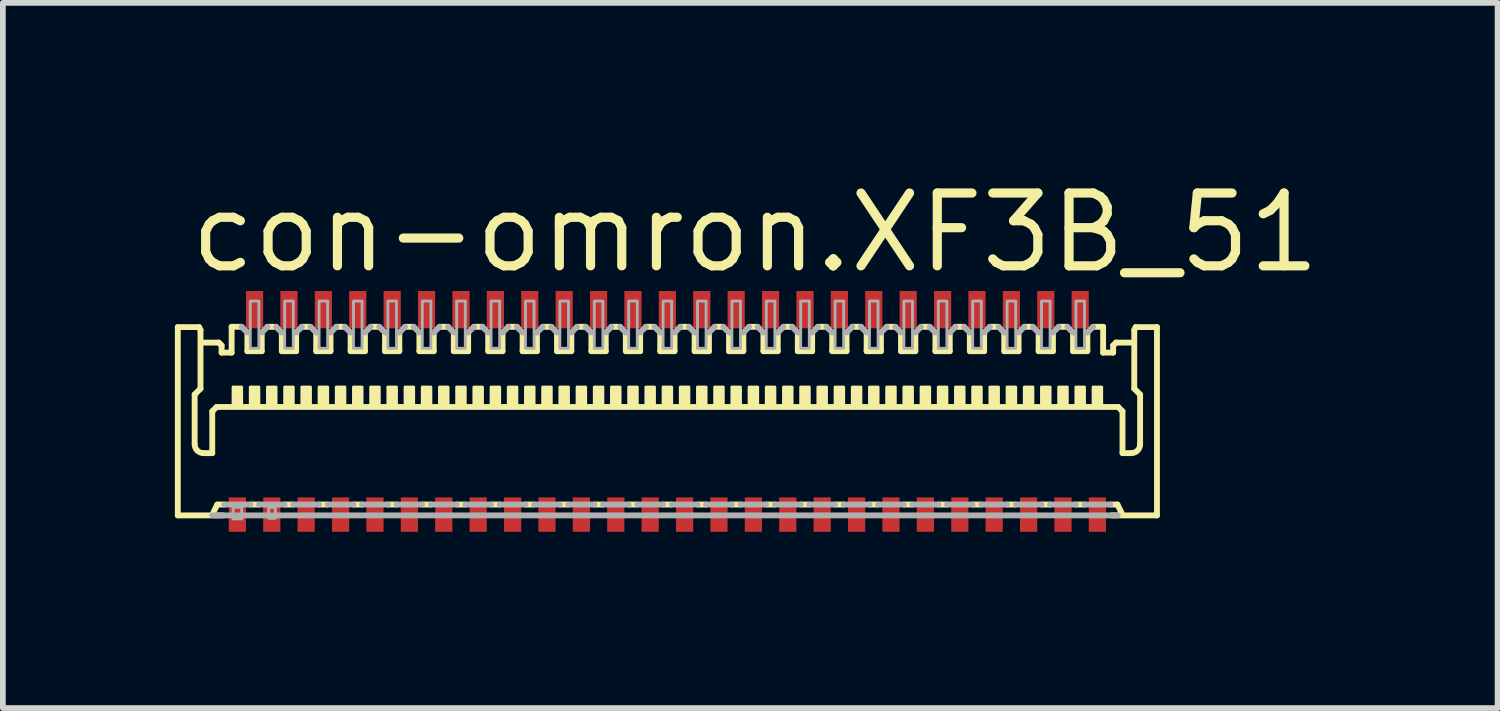
<source format=kicad_pcb>
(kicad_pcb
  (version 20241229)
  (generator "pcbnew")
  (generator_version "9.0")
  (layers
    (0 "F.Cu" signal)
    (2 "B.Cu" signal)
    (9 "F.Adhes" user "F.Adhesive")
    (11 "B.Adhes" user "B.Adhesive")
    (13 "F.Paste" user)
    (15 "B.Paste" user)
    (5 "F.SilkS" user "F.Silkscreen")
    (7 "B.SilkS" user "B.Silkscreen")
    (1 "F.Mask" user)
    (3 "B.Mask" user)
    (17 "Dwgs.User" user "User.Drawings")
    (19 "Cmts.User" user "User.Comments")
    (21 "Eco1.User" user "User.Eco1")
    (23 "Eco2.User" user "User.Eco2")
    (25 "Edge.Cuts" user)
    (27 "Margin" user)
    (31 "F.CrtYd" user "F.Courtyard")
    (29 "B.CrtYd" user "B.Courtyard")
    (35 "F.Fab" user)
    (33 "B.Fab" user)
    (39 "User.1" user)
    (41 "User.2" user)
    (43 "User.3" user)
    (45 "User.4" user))
  (footprint "con-omron.XF3B_51"
    (layer "F.Cu")
    (at 8.59 4.15)
    (property "Reference" "con-omron.XF3B_51" (at -8.4 -2.4 0) (layer "F.SilkS") (effects (font (size 1.27 1.27) (thickness 0.16)) (justify left bottom)))
    (attr smd)
    (fp_rect (start -7.7 2.125) (end -7.3 1.425) (stroke (width 0.05) (type default)) (fill yes) (layer "F.Mask"))
    (fp_rect (start -7.4 -1.425) (end -7 -2.175) (stroke (width 0.05) (type default)) (fill yes) (layer "F.Mask"))
    (fp_rect (start -7.1 2.125) (end -6.7 1.425) (stroke (width 0.05) (type default)) (fill yes) (layer "F.Mask"))
    (fp_rect (start -6.8 -1.425) (end -6.4 -2.175) (stroke (width 0.05) (type default)) (fill yes) (layer "F.Mask"))
    (fp_rect (start -6.5 2.125) (end -6.1 1.425) (stroke (width 0.05) (type default)) (fill yes) (layer "F.Mask"))
    (fp_rect (start -6.2 -1.425) (end -5.8 -2.175) (stroke (width 0.05) (type default)) (fill yes) (layer "F.Mask"))
    (fp_rect (start -5.9 2.125) (end -5.5 1.425) (stroke (width 0.05) (type default)) (fill yes) (layer "F.Mask"))
    (fp_rect (start -5.6 -1.425) (end -5.2 -2.175) (stroke (width 0.05) (type default)) (fill yes) (layer "F.Mask"))
    (fp_rect (start -5.3 2.125) (end -4.9 1.425) (stroke (width 0.05) (type default)) (fill yes) (layer "F.Mask"))
    (fp_rect (start -5 -1.425) (end -4.6 -2.175) (stroke (width 0.05) (type default)) (fill yes) (layer "F.Mask"))
    (fp_rect (start -4.7 2.125) (end -4.3 1.425) (stroke (width 0.05) (type default)) (fill yes) (layer "F.Mask"))
    (fp_rect (start -4.4 -1.425) (end -4 -2.175) (stroke (width 0.05) (type default)) (fill yes) (layer "F.Mask"))
    (fp_rect (start -4.1 2.125) (end -3.7 1.425) (stroke (width 0.05) (type default)) (fill yes) (layer "F.Mask"))
    (fp_rect (start -3.8 -1.425) (end -3.4 -2.175) (stroke (width 0.05) (type default)) (fill yes) (layer "F.Mask"))
    (fp_rect (start -3.5 2.125) (end -3.1 1.425) (stroke (width 0.05) (type default)) (fill yes) (layer "F.Mask"))
    (fp_rect (start -3.2 -1.425) (end -2.8 -2.175) (stroke (width 0.05) (type default)) (fill yes) (layer "F.Mask"))
    (fp_rect (start -2.9 2.125) (end -2.5 1.425) (stroke (width 0.05) (type default)) (fill yes) (layer "F.Mask"))
    (fp_rect (start -2.6 -1.425) (end -2.2 -2.175) (stroke (width 0.05) (type default)) (fill yes) (layer "F.Mask"))
    (fp_rect (start -2.3 2.125) (end -1.9 1.425) (stroke (width 0.05) (type default)) (fill yes) (layer "F.Mask"))
    (fp_rect (start -2 -1.425) (end -1.6 -2.175) (stroke (width 0.05) (type default)) (fill yes) (layer "F.Mask"))
    (fp_rect (start -1.7 2.125) (end -1.3 1.425) (stroke (width 0.05) (type default)) (fill yes) (layer "F.Mask"))
    (fp_rect (start -1.4 -1.425) (end -1 -2.175) (stroke (width 0.05) (type default)) (fill yes) (layer "F.Mask"))
    (fp_rect (start -1.1 2.125) (end -0.7 1.425) (stroke (width 0.05) (type default)) (fill yes) (layer "F.Mask"))
    (fp_rect (start -0.8 -1.425) (end -0.4 -2.175) (stroke (width 0.05) (type default)) (fill yes) (layer "F.Mask"))
    (fp_rect (start -0.5 2.125) (end -0.1 1.425) (stroke (width 0.05) (type default)) (fill yes) (layer "F.Mask"))
    (fp_rect (start -0.2 -1.425) (end 0.2 -2.175) (stroke (width 0.05) (type default)) (fill yes) (layer "F.Mask"))
    (fp_rect (start 0.1 2.125) (end 0.5 1.425) (stroke (width 0.05) (type default)) (fill yes) (layer "F.Mask"))
    (fp_rect (start 0.4 -1.425) (end 0.8 -2.175) (stroke (width 0.05) (type default)) (fill yes) (layer "F.Mask"))
    (fp_rect (start 0.7 2.125) (end 1.1 1.425) (stroke (width 0.05) (type default)) (fill yes) (layer "F.Mask"))
    (fp_rect (start 1 -1.425) (end 1.4 -2.175) (stroke (width 0.05) (type default)) (fill yes) (layer "F.Mask"))
    (fp_rect (start 1.3 2.125) (end 1.7 1.425) (stroke (width 0.05) (type default)) (fill yes) (layer "F.Mask"))
    (fp_rect (start 1.6 -1.425) (end 2 -2.175) (stroke (width 0.05) (type default)) (fill yes) (layer "F.Mask"))
    (fp_rect (start 1.9 2.125) (end 2.3 1.425) (stroke (width 0.05) (type default)) (fill yes) (layer "F.Mask"))
    (fp_rect (start 2.2 -1.425) (end 2.6 -2.175) (stroke (width 0.05) (type default)) (fill yes) (layer "F.Mask"))
    (fp_rect (start 2.5 2.125) (end 2.9 1.425) (stroke (width 0.05) (type default)) (fill yes) (layer "F.Mask"))
    (fp_rect (start 2.8 -1.425) (end 3.2 -2.175) (stroke (width 0.05) (type default)) (fill yes) (layer "F.Mask"))
    (fp_rect (start 3.1 2.125) (end 3.5 1.425) (stroke (width 0.05) (type default)) (fill yes) (layer "F.Mask"))
    (fp_rect (start 3.4 -1.425) (end 3.8 -2.175) (stroke (width 0.05) (type default)) (fill yes) (layer "F.Mask"))
    (fp_rect (start 3.7 2.125) (end 4.1 1.425) (stroke (width 0.05) (type default)) (fill yes) (layer "F.Mask"))
    (fp_rect (start 4 -1.425) (end 4.4 -2.175) (stroke (width 0.05) (type default)) (fill yes) (layer "F.Mask"))
    (fp_rect (start 4.3 2.125) (end 4.7 1.425) (stroke (width 0.05) (type default)) (fill yes) (layer "F.Mask"))
    (fp_rect (start 4.6 -1.425) (end 5 -2.175) (stroke (width 0.05) (type default)) (fill yes) (layer "F.Mask"))
    (fp_rect (start 4.9 2.125) (end 5.3 1.425) (stroke (width 0.05) (type default)) (fill yes) (layer "F.Mask"))
    (fp_rect (start 5.2 -1.425) (end 5.6 -2.175) (stroke (width 0.05) (type default)) (fill yes) (layer "F.Mask"))
    (fp_rect (start 5.5 2.125) (end 5.9 1.425) (stroke (width 0.05) (type default)) (fill yes) (layer "F.Mask"))
    (fp_rect (start 5.8 -1.425) (end 6.2 -2.175) (stroke (width 0.05) (type default)) (fill yes) (layer "F.Mask"))
    (fp_rect (start 6.1 2.125) (end 6.5 1.425) (stroke (width 0.05) (type default)) (fill yes) (layer "F.Mask"))
    (fp_rect (start 6.4 -1.425) (end 6.8 -2.175) (stroke (width 0.05) (type default)) (fill yes) (layer "F.Mask"))
    (fp_rect (start 6.7 2.125) (end 7.1 1.425) (stroke (width 0.05) (type default)) (fill yes) (layer "F.Mask"))
    (fp_rect (start 7 -1.425) (end 7.4 -2.175) (stroke (width 0.05) (type default)) (fill yes) (layer "F.Mask"))
    (fp_rect (start 7.3 2.125) (end 7.7 1.425) (stroke (width 0.05) (type default)) (fill yes) (layer "F.Mask"))
    (fp_line (start -8.539 -1.495) (end -8.168 -1.495) (stroke (width 0.102) (type default)) (layer "F.SilkS"))
    (fp_line (start -8.539 1.789) (end -8.539 -1.495) (stroke (width 0.102) (type default)) (layer "F.SilkS"))
    (fp_line (start -8.245 -0.319) (end -8.245 0.549) (stroke (width 0.102) (type default)) (layer "F.SilkS"))
    (fp_line (start -8.168 -1.495) (end -8.143 -1.444) (stroke (width 0.102) (type default)) (layer "F.SilkS"))
    (fp_line (start -8.143 -1.444) (end -8.143 -0.422) (stroke (width 0.102) (type default)) (layer "F.SilkS"))
    (fp_line (start -8.143 -0.422) (end -8.245 -0.319) (stroke (width 0.102) (type default)) (layer "F.SilkS"))
    (fp_line (start -8.092 0.703) (end -7.938 0.703) (stroke (width 0.102) (type default)) (layer "F.SilkS"))
    (fp_line (start -8.075 -1.225) (end -7.825 -1.225) (stroke (width 0.102) (type default)) (layer "F.SilkS"))
    (fp_line (start -7.938 -0.026) (end -7.862 -0.102) (stroke (width 0.102) (type default)) (layer "F.SilkS"))
    (fp_line (start -7.938 0.703) (end -7.938 -0.026) (stroke (width 0.102) (type default)) (layer "F.SilkS"))
    (fp_line (start -7.925 1.751) (end -7.85 1.6) (stroke (width 0.102) (type default)) (layer "F.SilkS"))
    (fp_line (start -7.85 1.6) (end -7.725 1.6) (stroke (width 0.102) (type default)) (layer "F.SilkS"))
    (fp_line (start -7.825 -1.225) (end -7.775 -1.175) (stroke (width 0.102) (type default)) (layer "F.SilkS"))
    (fp_line (start -7.775 -1.175) (end -7.775 -1.05) (stroke (width 0.102) (type default)) (layer "F.SilkS"))
    (fp_line (start -7.775 -1.05) (end -7.6 -1.05) (stroke (width 0.102) (type default)) (layer "F.SilkS"))
    (fp_line (start -7.747 1.789) (end -8.539 1.789) (stroke (width 0.102) (type default)) (layer "F.SilkS"))
    (fp_line (start -7.6 -1.5) (end -7.425 -1.5) (stroke (width 0.102) (type default)) (layer "F.SilkS"))
    (fp_line (start -7.6 -1.05) (end -7.6 -1.5) (stroke (width 0.102) (type default)) (layer "F.SilkS"))
    (fp_line (start -7.325 -1.4) (end -7.325 -1.075) (stroke (width 0.102) (type default)) (layer "F.SilkS"))
    (fp_line (start -7.325 -1.075) (end -7.075 -1.075) (stroke (width 0.102) (type default)) (layer "F.SilkS"))
    (fp_line (start -7.275 1.6) (end -7.125 1.6) (stroke (width 0.102) (type default)) (layer "F.SilkS"))
    (fp_line (start -7.075 -1.075) (end -7.075 -1.4) (stroke (width 0.102) (type default)) (layer "F.SilkS"))
    (fp_line (start -6.975 -1.5) (end -6.825 -1.5) (stroke (width 0.102) (type default)) (layer "F.SilkS"))
    (fp_line (start -6.725 -1.4) (end -6.725 -1.075) (stroke (width 0.102) (type default)) (layer "F.SilkS"))
    (fp_line (start -6.725 -1.075) (end -6.475 -1.075) (stroke (width 0.102) (type default)) (layer "F.SilkS"))
    (fp_line (start -6.675 1.6) (end -6.525 1.6) (stroke (width 0.102) (type default)) (layer "F.SilkS"))
    (fp_line (start -6.475 -1.075) (end -6.475 -1.4) (stroke (width 0.102) (type default)) (layer "F.SilkS"))
    (fp_line (start -6.375 -1.5) (end -6.225 -1.5) (stroke (width 0.102) (type default)) (layer "F.SilkS"))
    (fp_line (start -6.125 -1.4) (end -6.125 -1.075) (stroke (width 0.102) (type default)) (layer "F.SilkS"))
    (fp_line (start -6.125 -1.075) (end -5.875 -1.075) (stroke (width 0.102) (type default)) (layer "F.SilkS"))
    (fp_line (start -6.075 1.6) (end -5.925 1.6) (stroke (width 0.102) (type default)) (layer "F.SilkS"))
    (fp_line (start -5.875 -1.075) (end -5.875 -1.4) (stroke (width 0.102) (type default)) (layer "F.SilkS"))
    (fp_line (start -5.775 -1.5) (end -5.625 -1.5) (stroke (width 0.102) (type default)) (layer "F.SilkS"))
    (fp_line (start -5.525 -1.4) (end -5.525 -1.075) (stroke (width 0.102) (type default)) (layer "F.SilkS"))
    (fp_line (start -5.525 -1.075) (end -5.275 -1.075) (stroke (width 0.102) (type default)) (layer "F.SilkS"))
    (fp_line (start -5.475 1.6) (end -5.325 1.6) (stroke (width 0.102) (type default)) (layer "F.SilkS"))
    (fp_line (start -5.275 -1.075) (end -5.275 -1.4) (stroke (width 0.102) (type default)) (layer "F.SilkS"))
    (fp_line (start -5.175 -1.5) (end -5.025 -1.5) (stroke (width 0.102) (type default)) (layer "F.SilkS"))
    (fp_line (start -4.925 -1.4) (end -4.925 -1.075) (stroke (width 0.102) (type default)) (layer "F.SilkS"))
    (fp_line (start -4.925 -1.075) (end -4.675 -1.075) (stroke (width 0.102) (type default)) (layer "F.SilkS"))
    (fp_line (start -4.875 1.6) (end -4.725 1.6) (stroke (width 0.102) (type default)) (layer "F.SilkS"))
    (fp_line (start -4.675 -1.075) (end -4.675 -1.4) (stroke (width 0.102) (type default)) (layer "F.SilkS"))
    (fp_line (start -4.575 -1.5) (end -4.425 -1.5) (stroke (width 0.102) (type default)) (layer "F.SilkS"))
    (fp_line (start -4.325 -1.4) (end -4.325 -1.075) (stroke (width 0.102) (type default)) (layer "F.SilkS"))
    (fp_line (start -4.325 -1.075) (end -4.075 -1.075) (stroke (width 0.102) (type default)) (layer "F.SilkS"))
    (fp_line (start -4.275 1.6) (end -4.125 1.6) (stroke (width 0.102) (type default)) (layer "F.SilkS"))
    (fp_line (start -4.075 -1.075) (end -4.075 -1.4) (stroke (width 0.102) (type default)) (layer "F.SilkS"))
    (fp_line (start -3.975 -1.5) (end -3.825 -1.5) (stroke (width 0.102) (type default)) (layer "F.SilkS"))
    (fp_line (start -3.725 -1.4) (end -3.725 -1.075) (stroke (width 0.102) (type default)) (layer "F.SilkS"))
    (fp_line (start -3.725 -1.075) (end -3.475 -1.075) (stroke (width 0.102) (type default)) (layer "F.SilkS"))
    (fp_line (start -3.675 1.6) (end -3.525 1.6) (stroke (width 0.102) (type default)) (layer "F.SilkS"))
    (fp_line (start -3.475 -1.075) (end -3.475 -1.4) (stroke (width 0.102) (type default)) (layer "F.SilkS"))
    (fp_line (start -3.375 -1.5) (end -3.225 -1.5) (stroke (width 0.102) (type default)) (layer "F.SilkS"))
    (fp_line (start -3.125 -1.4) (end -3.125 -1.075) (stroke (width 0.102) (type default)) (layer "F.SilkS"))
    (fp_line (start -3.125 -1.075) (end -2.875 -1.075) (stroke (width 0.102) (type default)) (layer "F.SilkS"))
    (fp_line (start -3.075 1.6) (end -2.925 1.6) (stroke (width 0.102) (type default)) (layer "F.SilkS"))
    (fp_line (start -2.875 -1.075) (end -2.875 -1.4) (stroke (width 0.102) (type default)) (layer "F.SilkS"))
    (fp_line (start -2.775 -1.5) (end -2.625 -1.5) (stroke (width 0.102) (type default)) (layer "F.SilkS"))
    (fp_line (start -2.525 -1.4) (end -2.525 -1.075) (stroke (width 0.102) (type default)) (layer "F.SilkS"))
    (fp_line (start -2.525 -1.075) (end -2.275 -1.075) (stroke (width 0.102) (type default)) (layer "F.SilkS"))
    (fp_line (start -2.475 1.6) (end -2.325 1.6) (stroke (width 0.102) (type default)) (layer "F.SilkS"))
    (fp_line (start -2.275 -1.075) (end -2.275 -1.4) (stroke (width 0.102) (type default)) (layer "F.SilkS"))
    (fp_line (start -2.175 -1.5) (end -2.025 -1.5) (stroke (width 0.102) (type default)) (layer "F.SilkS"))
    (fp_line (start -1.925 -1.4) (end -1.925 -1.075) (stroke (width 0.102) (type default)) (layer "F.SilkS"))
    (fp_line (start -1.925 -1.075) (end -1.675 -1.075) (stroke (width 0.102) (type default)) (layer "F.SilkS"))
    (fp_line (start -1.875 1.6) (end -1.725 1.6) (stroke (width 0.102) (type default)) (layer "F.SilkS"))
    (fp_line (start -1.675 -1.075) (end -1.675 -1.4) (stroke (width 0.102) (type default)) (layer "F.SilkS"))
    (fp_line (start -1.575 -1.5) (end -1.425 -1.5) (stroke (width 0.102) (type default)) (layer "F.SilkS"))
    (fp_line (start -1.325 -1.4) (end -1.325 -1.075) (stroke (width 0.102) (type default)) (layer "F.SilkS"))
    (fp_line (start -1.325 -1.075) (end -1.075 -1.075) (stroke (width 0.102) (type default)) (layer "F.SilkS"))
    (fp_line (start -1.275 1.6) (end -1.125 1.6) (stroke (width 0.102) (type default)) (layer "F.SilkS"))
    (fp_line (start -1.075 -1.075) (end -1.075 -1.4) (stroke (width 0.102) (type default)) (layer "F.SilkS"))
    (fp_line (start -0.975 -1.5) (end -0.825 -1.5) (stroke (width 0.102) (type default)) (layer "F.SilkS"))
    (fp_line (start -0.725 -1.4) (end -0.725 -1.075) (stroke (width 0.102) (type default)) (layer "F.SilkS"))
    (fp_line (start -0.725 -1.075) (end -0.475 -1.075) (stroke (width 0.102) (type default)) (layer "F.SilkS"))
    (fp_line (start -0.675 1.6) (end -0.525 1.6) (stroke (width 0.102) (type default)) (layer "F.SilkS"))
    (fp_line (start -0.475 -1.075) (end -0.475 -1.4) (stroke (width 0.102) (type default)) (layer "F.SilkS"))
    (fp_line (start -0.375 -1.5) (end -0.225 -1.5) (stroke (width 0.102) (type default)) (layer "F.SilkS"))
    (fp_line (start -0.125 -1.4) (end -0.125 -1.075) (stroke (width 0.102) (type default)) (layer "F.SilkS"))
    (fp_line (start -0.125 -1.075) (end 0.125 -1.075) (stroke (width 0.102) (type default)) (layer "F.SilkS"))
    (fp_line (start -0.075 1.6) (end 0.075 1.6) (stroke (width 0.102) (type default)) (layer "F.SilkS"))
    (fp_line (start 0.125 -1.075) (end 0.125 -1.4) (stroke (width 0.102) (type default)) (layer "F.SilkS"))
    (fp_line (start 0.225 -1.5) (end 0.375 -1.5) (stroke (width 0.102) (type default)) (layer "F.SilkS"))
    (fp_line (start 0.475 -1.4) (end 0.475 -1.075) (stroke (width 0.102) (type default)) (layer "F.SilkS"))
    (fp_line (start 0.475 -1.075) (end 0.725 -1.075) (stroke (width 0.102) (type default)) (layer "F.SilkS"))
    (fp_line (start 0.525 1.6) (end 0.675 1.6) (stroke (width 0.102) (type default)) (layer "F.SilkS"))
    (fp_line (start 0.725 -1.075) (end 0.725 -1.4) (stroke (width 0.102) (type default)) (layer "F.SilkS"))
    (fp_line (start 0.825 -1.5) (end 0.975 -1.5) (stroke (width 0.102) (type default)) (layer "F.SilkS"))
    (fp_line (start 1.075 -1.4) (end 1.075 -1.075) (stroke (width 0.102) (type default)) (layer "F.SilkS"))
    (fp_line (start 1.075 -1.075) (end 1.325 -1.075) (stroke (width 0.102) (type default)) (layer "F.SilkS"))
    (fp_line (start 1.125 1.6) (end 1.275 1.6) (stroke (width 0.102) (type default)) (layer "F.SilkS"))
    (fp_line (start 1.325 -1.075) (end 1.325 -1.4) (stroke (width 0.102) (type default)) (layer "F.SilkS"))
    (fp_line (start 1.425 -1.5) (end 1.575 -1.5) (stroke (width 0.102) (type default)) (layer "F.SilkS"))
    (fp_line (start 1.675 -1.4) (end 1.675 -1.075) (stroke (width 0.102) (type default)) (layer "F.SilkS"))
    (fp_line (start 1.675 -1.075) (end 1.925 -1.075) (stroke (width 0.102) (type default)) (layer "F.SilkS"))
    (fp_line (start 1.725 1.6) (end 1.875 1.6) (stroke (width 0.102) (type default)) (layer "F.SilkS"))
    (fp_line (start 1.925 -1.075) (end 1.925 -1.4) (stroke (width 0.102) (type default)) (layer "F.SilkS"))
    (fp_line (start 2.025 -1.5) (end 2.175 -1.5) (stroke (width 0.102) (type default)) (layer "F.SilkS"))
    (fp_line (start 2.275 -1.4) (end 2.275 -1.075) (stroke (width 0.102) (type default)) (layer "F.SilkS"))
    (fp_line (start 2.275 -1.075) (end 2.525 -1.075) (stroke (width 0.102) (type default)) (layer "F.SilkS"))
    (fp_line (start 2.325 1.6) (end 2.475 1.6) (stroke (width 0.102) (type default)) (layer "F.SilkS"))
    (fp_line (start 2.525 -1.075) (end 2.525 -1.4) (stroke (width 0.102) (type default)) (layer "F.SilkS"))
    (fp_line (start 2.625 -1.5) (end 2.775 -1.5) (stroke (width 0.102) (type default)) (layer "F.SilkS"))
    (fp_line (start 2.875 -1.4) (end 2.875 -1.075) (stroke (width 0.102) (type default)) (layer "F.SilkS"))
    (fp_line (start 2.875 -1.075) (end 3.125 -1.075) (stroke (width 0.102) (type default)) (layer "F.SilkS"))
    (fp_line (start 2.925 1.6) (end 3.075 1.6) (stroke (width 0.102) (type default)) (layer "F.SilkS"))
    (fp_line (start 3.125 -1.075) (end 3.125 -1.4) (stroke (width 0.102) (type default)) (layer "F.SilkS"))
    (fp_line (start 3.225 -1.5) (end 3.375 -1.5) (stroke (width 0.102) (type default)) (layer "F.SilkS"))
    (fp_line (start 3.475 -1.4) (end 3.475 -1.075) (stroke (width 0.102) (type default)) (layer "F.SilkS"))
    (fp_line (start 3.475 -1.075) (end 3.725 -1.075) (stroke (width 0.102) (type default)) (layer "F.SilkS"))
    (fp_line (start 3.525 1.6) (end 3.675 1.6) (stroke (width 0.102) (type default)) (layer "F.SilkS"))
    (fp_line (start 3.725 -1.075) (end 3.725 -1.4) (stroke (width 0.102) (type default)) (layer "F.SilkS"))
    (fp_line (start 3.825 -1.5) (end 3.975 -1.5) (stroke (width 0.102) (type default)) (layer "F.SilkS"))
    (fp_line (start 4.075 -1.4) (end 4.075 -1.075) (stroke (width 0.102) (type default)) (layer "F.SilkS"))
    (fp_line (start 4.075 -1.075) (end 4.325 -1.075) (stroke (width 0.102) (type default)) (layer "F.SilkS"))
    (fp_line (start 4.125 1.6) (end 4.275 1.6) (stroke (width 0.102) (type default)) (layer "F.SilkS"))
    (fp_line (start 4.325 -1.075) (end 4.325 -1.4) (stroke (width 0.102) (type default)) (layer "F.SilkS"))
    (fp_line (start 4.425 -1.5) (end 4.575 -1.5) (stroke (width 0.102) (type default)) (layer "F.SilkS"))
    (fp_line (start 4.675 -1.4) (end 4.675 -1.075) (stroke (width 0.102) (type default)) (layer "F.SilkS"))
    (fp_line (start 4.675 -1.075) (end 4.925 -1.075) (stroke (width 0.102) (type default)) (layer "F.SilkS"))
    (fp_line (start 4.725 1.6) (end 4.875 1.6) (stroke (width 0.102) (type default)) (layer "F.SilkS"))
    (fp_line (start 4.925 -1.075) (end 4.925 -1.4) (stroke (width 0.102) (type default)) (layer "F.SilkS"))
    (fp_line (start 5.025 -1.5) (end 5.175 -1.5) (stroke (width 0.102) (type default)) (layer "F.SilkS"))
    (fp_line (start 5.275 -1.4) (end 5.275 -1.075) (stroke (width 0.102) (type default)) (layer "F.SilkS"))
    (fp_line (start 5.275 -1.075) (end 5.525 -1.075) (stroke (width 0.102) (type default)) (layer "F.SilkS"))
    (fp_line (start 5.325 1.6) (end 5.475 1.6) (stroke (width 0.102) (type default)) (layer "F.SilkS"))
    (fp_line (start 5.525 -1.075) (end 5.525 -1.4) (stroke (width 0.102) (type default)) (layer "F.SilkS"))
    (fp_line (start 5.625 -1.5) (end 5.775 -1.5) (stroke (width 0.102) (type default)) (layer "F.SilkS"))
    (fp_line (start 5.875 -1.4) (end 5.875 -1.075) (stroke (width 0.102) (type default)) (layer "F.SilkS"))
    (fp_line (start 5.875 -1.075) (end 6.125 -1.075) (stroke (width 0.102) (type default)) (layer "F.SilkS"))
    (fp_line (start 5.925 1.6) (end 6.075 1.6) (stroke (width 0.102) (type default)) (layer "F.SilkS"))
    (fp_line (start 6.125 -1.075) (end 6.125 -1.4) (stroke (width 0.102) (type default)) (layer "F.SilkS"))
    (fp_line (start 6.225 -1.5) (end 6.375 -1.5) (stroke (width 0.102) (type default)) (layer "F.SilkS"))
    (fp_line (start 6.475 -1.4) (end 6.475 -1.075) (stroke (width 0.102) (type default)) (layer "F.SilkS"))
    (fp_line (start 6.475 -1.075) (end 6.725 -1.075) (stroke (width 0.102) (type default)) (layer "F.SilkS"))
    (fp_line (start 6.525 1.6) (end 6.675 1.6) (stroke (width 0.102) (type default)) (layer "F.SilkS"))
    (fp_line (start 6.725 -1.075) (end 6.725 -1.4) (stroke (width 0.102) (type default)) (layer "F.SilkS"))
    (fp_line (start 6.825 -1.5) (end 6.975 -1.5) (stroke (width 0.102) (type default)) (layer "F.SilkS"))
    (fp_line (start 7.075 -1.4) (end 7.075 -1.075) (stroke (width 0.102) (type default)) (layer "F.SilkS"))
    (fp_line (start 7.075 -1.075) (end 7.325 -1.075) (stroke (width 0.102) (type default)) (layer "F.SilkS"))
    (fp_line (start 7.125 1.6) (end 7.275 1.6) (stroke (width 0.102) (type default)) (layer "F.SilkS"))
    (fp_line (start 7.325 -1.075) (end 7.325 -1.4) (stroke (width 0.102) (type default)) (layer "F.SilkS"))
    (fp_line (start 7.425 -1.5) (end 7.6 -1.5) (stroke (width 0.102) (type default)) (layer "F.SilkS"))
    (fp_line (start 7.6 -1.05) (end 7.6 -1.5) (stroke (width 0.102) (type default)) (layer "F.SilkS"))
    (fp_line (start 7.747 1.789) (end 8.539 1.789) (stroke (width 0.102) (type default)) (layer "F.SilkS"))
    (fp_line (start 7.775 -1.175) (end 7.775 -1.05) (stroke (width 0.102) (type default)) (layer "F.SilkS"))
    (fp_line (start 7.775 -1.05) (end 7.6 -1.05) (stroke (width 0.102) (type default)) (layer "F.SilkS"))
    (fp_line (start 7.825 -1.225) (end 7.775 -1.175) (stroke (width 0.102) (type default)) (layer "F.SilkS"))
    (fp_line (start 7.85 1.6) (end 7.725 1.6) (stroke (width 0.102) (type default)) (layer "F.SilkS"))
    (fp_line (start 7.862 -0.102) (end -7.862 -0.102) (stroke (width 0.102) (type default)) (layer "F.SilkS"))
    (fp_line (start 7.925 1.751) (end 7.85 1.6) (stroke (width 0.102) (type default)) (layer "F.SilkS"))
    (fp_line (start 7.938 -0.026) (end 7.862 -0.102) (stroke (width 0.102) (type default)) (layer "F.SilkS"))
    (fp_line (start 7.938 0.703) (end 7.938 -0.026) (stroke (width 0.102) (type default)) (layer "F.SilkS"))
    (fp_line (start 8.075 -1.225) (end 7.825 -1.225) (stroke (width 0.102) (type default)) (layer "F.SilkS"))
    (fp_line (start 8.092 0.703) (end 7.938 0.703) (stroke (width 0.102) (type default)) (layer "F.SilkS"))
    (fp_line (start 8.143 -1.444) (end 8.143 -0.422) (stroke (width 0.102) (type default)) (layer "F.SilkS"))
    (fp_line (start 8.143 -0.422) (end 8.245 -0.319) (stroke (width 0.102) (type default)) (layer "F.SilkS"))
    (fp_line (start 8.168 -1.495) (end 8.143 -1.444) (stroke (width 0.102) (type default)) (layer "F.SilkS"))
    (fp_line (start 8.245 -0.319) (end 8.245 0.549) (stroke (width 0.102) (type default)) (layer "F.SilkS"))
    (fp_line (start 8.539 -1.495) (end 8.168 -1.495) (stroke (width 0.102) (type default)) (layer "F.SilkS"))
    (fp_line (start 8.539 1.789) (end 8.539 -1.495) (stroke (width 0.102) (type default)) (layer "F.SilkS"))
    (fp_rect (start -7.575 -0.125) (end -7.425 -0.45) (stroke (width 0.05) (type default)) (fill yes) (layer "F.SilkS"))
    (fp_rect (start -7.275 -0.125) (end -7.125 -0.45) (stroke (width 0.05) (type default)) (fill yes) (layer "F.SilkS"))
    (fp_rect (start -6.975 -0.125) (end -6.825 -0.45) (stroke (width 0.05) (type default)) (fill yes) (layer "F.SilkS"))
    (fp_rect (start -6.675 -0.125) (end -6.525 -0.45) (stroke (width 0.05) (type default)) (fill yes) (layer "F.SilkS"))
    (fp_rect (start -6.375 -0.125) (end -6.225 -0.45) (stroke (width 0.05) (type default)) (fill yes) (layer "F.SilkS"))
    (fp_rect (start -6.075 -0.125) (end -5.925 -0.45) (stroke (width 0.05) (type default)) (fill yes) (layer "F.SilkS"))
    (fp_rect (start -5.775 -0.125) (end -5.625 -0.45) (stroke (width 0.05) (type default)) (fill yes) (layer "F.SilkS"))
    (fp_rect (start -5.475 -0.125) (end -5.325 -0.45) (stroke (width 0.05) (type default)) (fill yes) (layer "F.SilkS"))
    (fp_rect (start -5.175 -0.125) (end -5.025 -0.45) (stroke (width 0.05) (type default)) (fill yes) (layer "F.SilkS"))
    (fp_rect (start -4.875 -0.125) (end -4.725 -0.45) (stroke (width 0.05) (type default)) (fill yes) (layer "F.SilkS"))
    (fp_rect (start -4.575 -0.125) (end -4.425 -0.45) (stroke (width 0.05) (type default)) (fill yes) (layer "F.SilkS"))
    (fp_rect (start -4.275 -0.125) (end -4.125 -0.45) (stroke (width 0.05) (type default)) (fill yes) (layer "F.SilkS"))
    (fp_rect (start -3.975 -0.125) (end -3.825 -0.45) (stroke (width 0.05) (type default)) (fill yes) (layer "F.SilkS"))
    (fp_rect (start -3.675 -0.125) (end -3.525 -0.45) (stroke (width 0.05) (type default)) (fill yes) (layer "F.SilkS"))
    (fp_rect (start -3.375 -0.125) (end -3.225 -0.45) (stroke (width 0.05) (type default)) (fill yes) (layer "F.SilkS"))
    (fp_rect (start -3.075 -0.125) (end -2.925 -0.45) (stroke (width 0.05) (type default)) (fill yes) (layer "F.SilkS"))
    (fp_rect (start -2.775 -0.125) (end -2.625 -0.45) (stroke (width 0.05) (type default)) (fill yes) (layer "F.SilkS"))
    (fp_rect (start -2.475 -0.125) (end -2.325 -0.45) (stroke (width 0.05) (type default)) (fill yes) (layer "F.SilkS"))
    (fp_rect (start -2.175 -0.125) (end -2.025 -0.45) (stroke (width 0.05) (type default)) (fill yes) (layer "F.SilkS"))
    (fp_rect (start -1.875 -0.125) (end -1.725 -0.45) (stroke (width 0.05) (type default)) (fill yes) (layer "F.SilkS"))
    (fp_rect (start -1.575 -0.125) (end -1.425 -0.45) (stroke (width 0.05) (type default)) (fill yes) (layer "F.SilkS"))
    (fp_rect (start -1.275 -0.125) (end -1.125 -0.45) (stroke (width 0.05) (type default)) (fill yes) (layer "F.SilkS"))
    (fp_rect (start -0.975 -0.125) (end -0.825 -0.45) (stroke (width 0.05) (type default)) (fill yes) (layer "F.SilkS"))
    (fp_rect (start -0.675 -0.125) (end -0.525 -0.45) (stroke (width 0.05) (type default)) (fill yes) (layer "F.SilkS"))
    (fp_rect (start -0.375 -0.125) (end -0.225 -0.45) (stroke (width 0.05) (type default)) (fill yes) (layer "F.SilkS"))
    (fp_rect (start -0.075 -0.125) (end 0.075 -0.45) (stroke (width 0.05) (type default)) (fill yes) (layer "F.SilkS"))
    (fp_rect (start 0.225 -0.125) (end 0.375 -0.45) (stroke (width 0.05) (type default)) (fill yes) (layer "F.SilkS"))
    (fp_rect (start 0.525 -0.125) (end 0.675 -0.45) (stroke (width 0.05) (type default)) (fill yes) (layer "F.SilkS"))
    (fp_rect (start 0.825 -0.125) (end 0.975 -0.45) (stroke (width 0.05) (type default)) (fill yes) (layer "F.SilkS"))
    (fp_rect (start 1.125 -0.125) (end 1.275 -0.45) (stroke (width 0.05) (type default)) (fill yes) (layer "F.SilkS"))
    (fp_rect (start 1.425 -0.125) (end 1.575 -0.45) (stroke (width 0.05) (type default)) (fill yes) (layer "F.SilkS"))
    (fp_rect (start 1.725 -0.125) (end 1.875 -0.45) (stroke (width 0.05) (type default)) (fill yes) (layer "F.SilkS"))
    (fp_rect (start 2.025 -0.125) (end 2.175 -0.45) (stroke (width 0.05) (type default)) (fill yes) (layer "F.SilkS"))
    (fp_rect (start 2.325 -0.125) (end 2.475 -0.45) (stroke (width 0.05) (type default)) (fill yes) (layer "F.SilkS"))
    (fp_rect (start 2.625 -0.125) (end 2.775 -0.45) (stroke (width 0.05) (type default)) (fill yes) (layer "F.SilkS"))
    (fp_rect (start 2.925 -0.125) (end 3.075 -0.45) (stroke (width 0.05) (type default)) (fill yes) (layer "F.SilkS"))
    (fp_rect (start 3.225 -0.125) (end 3.375 -0.45) (stroke (width 0.05) (type default)) (fill yes) (layer "F.SilkS"))
    (fp_rect (start 3.525 -0.125) (end 3.675 -0.45) (stroke (width 0.05) (type default)) (fill yes) (layer "F.SilkS"))
    (fp_rect (start 3.825 -0.125) (end 3.975 -0.45) (stroke (width 0.05) (type default)) (fill yes) (layer "F.SilkS"))
    (fp_rect (start 4.125 -0.125) (end 4.275 -0.45) (stroke (width 0.05) (type default)) (fill yes) (layer "F.SilkS"))
    (fp_rect (start 4.425 -0.125) (end 4.575 -0.45) (stroke (width 0.05) (type default)) (fill yes) (layer "F.SilkS"))
    (fp_rect (start 4.725 -0.125) (end 4.875 -0.45) (stroke (width 0.05) (type default)) (fill yes) (layer "F.SilkS"))
    (fp_rect (start 5.025 -0.125) (end 5.175 -0.45) (stroke (width 0.05) (type default)) (fill yes) (layer "F.SilkS"))
    (fp_rect (start 5.325 -0.125) (end 5.475 -0.45) (stroke (width 0.05) (type default)) (fill yes) (layer "F.SilkS"))
    (fp_rect (start 5.625 -0.125) (end 5.775 -0.45) (stroke (width 0.05) (type default)) (fill yes) (layer "F.SilkS"))
    (fp_rect (start 5.925 -0.125) (end 6.075 -0.45) (stroke (width 0.05) (type default)) (fill yes) (layer "F.SilkS"))
    (fp_rect (start 6.225 -0.125) (end 6.375 -0.45) (stroke (width 0.05) (type default)) (fill yes) (layer "F.SilkS"))
    (fp_rect (start 6.525 -0.125) (end 6.675 -0.45) (stroke (width 0.05) (type default)) (fill yes) (layer "F.SilkS"))
    (fp_rect (start 6.825 -0.125) (end 6.975 -0.45) (stroke (width 0.05) (type default)) (fill yes) (layer "F.SilkS"))
    (fp_rect (start 7.125 -0.125) (end 7.275 -0.45) (stroke (width 0.05) (type default)) (fill yes) (layer "F.SilkS"))
    (fp_rect (start 7.425 -0.125) (end 7.575 -0.45) (stroke (width 0.05) (type default)) (fill yes) (layer "F.SilkS"))
    (fp_arc (start -8.091559 0.702844) (mid -8.199992 0.657929) (end -8.244906 0.549497) (stroke (width 0.1016) (type default)) (layer "F.SilkS"))
    (fp_arc (start 8.244906 0.549497) (mid 8.199992 0.657929) (end 8.091559 0.702844) (stroke (width 0.1016) (type default)) (layer "F.SilkS"))
    (fp_rect (start -7.625 2.05) (end -7.375 1.5) (stroke (width 0.05) (type default)) (fill yes) (layer "F.Paste"))
    (fp_rect (start -7.325 -1.5) (end -7.075 -2.1) (stroke (width 0.05) (type default)) (fill yes) (layer "F.Paste"))
    (fp_rect (start -7.025 2.05) (end -6.775 1.5) (stroke (width 0.05) (type default)) (fill yes) (layer "F.Paste"))
    (fp_rect (start -6.725 -1.5) (end -6.475 -2.1) (stroke (width 0.05) (type default)) (fill yes) (layer "F.Paste"))
    (fp_rect (start -6.425 2.05) (end -6.175 1.5) (stroke (width 0.05) (type default)) (fill yes) (layer "F.Paste"))
    (fp_rect (start -6.125 -1.5) (end -5.875 -2.1) (stroke (width 0.05) (type default)) (fill yes) (layer "F.Paste"))
    (fp_rect (start -5.825 2.05) (end -5.575 1.5) (stroke (width 0.05) (type default)) (fill yes) (layer "F.Paste"))
    (fp_rect (start -5.525 -1.5) (end -5.275 -2.1) (stroke (width 0.05) (type default)) (fill yes) (layer "F.Paste"))
    (fp_rect (start -5.225 2.05) (end -4.975 1.5) (stroke (width 0.05) (type default)) (fill yes) (layer "F.Paste"))
    (fp_rect (start -4.925 -1.5) (end -4.675 -2.1) (stroke (width 0.05) (type default)) (fill yes) (layer "F.Paste"))
    (fp_rect (start -4.625 2.05) (end -4.375 1.5) (stroke (width 0.05) (type default)) (fill yes) (layer "F.Paste"))
    (fp_rect (start -4.325 -1.5) (end -4.075 -2.1) (stroke (width 0.05) (type default)) (fill yes) (layer "F.Paste"))
    (fp_rect (start -4.025 2.05) (end -3.775 1.5) (stroke (width 0.05) (type default)) (fill yes) (layer "F.Paste"))
    (fp_rect (start -3.725 -1.5) (end -3.475 -2.1) (stroke (width 0.05) (type default)) (fill yes) (layer "F.Paste"))
    (fp_rect (start -3.425 2.05) (end -3.175 1.5) (stroke (width 0.05) (type default)) (fill yes) (layer "F.Paste"))
    (fp_rect (start -3.125 -1.5) (end -2.875 -2.1) (stroke (width 0.05) (type default)) (fill yes) (layer "F.Paste"))
    (fp_rect (start -2.825 2.05) (end -2.575 1.5) (stroke (width 0.05) (type default)) (fill yes) (layer "F.Paste"))
    (fp_rect (start -2.525 -1.5) (end -2.275 -2.1) (stroke (width 0.05) (type default)) (fill yes) (layer "F.Paste"))
    (fp_rect (start -2.225 2.05) (end -1.975 1.5) (stroke (width 0.05) (type default)) (fill yes) (layer "F.Paste"))
    (fp_rect (start -1.925 -1.5) (end -1.675 -2.1) (stroke (width 0.05) (type default)) (fill yes) (layer "F.Paste"))
    (fp_rect (start -1.625 2.05) (end -1.375 1.5) (stroke (width 0.05) (type default)) (fill yes) (layer "F.Paste"))
    (fp_rect (start -1.325 -1.5) (end -1.075 -2.1) (stroke (width 0.05) (type default)) (fill yes) (layer "F.Paste"))
    (fp_rect (start -1.025 2.05) (end -0.775 1.5) (stroke (width 0.05) (type default)) (fill yes) (layer "F.Paste"))
    (fp_rect (start -0.725 -1.5) (end -0.475 -2.1) (stroke (width 0.05) (type default)) (fill yes) (layer "F.Paste"))
    (fp_rect (start -0.425 2.05) (end -0.175 1.5) (stroke (width 0.05) (type default)) (fill yes) (layer "F.Paste"))
    (fp_rect (start -0.125 -1.5) (end 0.125 -2.1) (stroke (width 0.05) (type default)) (fill yes) (layer "F.Paste"))
    (fp_rect (start 0.175 2.05) (end 0.425 1.5) (stroke (width 0.05) (type default)) (fill yes) (layer "F.Paste"))
    (fp_rect (start 0.475 -1.5) (end 0.725 -2.1) (stroke (width 0.05) (type default)) (fill yes) (layer "F.Paste"))
    (fp_rect (start 0.775 2.05) (end 1.025 1.5) (stroke (width 0.05) (type default)) (fill yes) (layer "F.Paste"))
    (fp_rect (start 1.075 -1.5) (end 1.325 -2.1) (stroke (width 0.05) (type default)) (fill yes) (layer "F.Paste"))
    (fp_rect (start 1.375 2.05) (end 1.625 1.5) (stroke (width 0.05) (type default)) (fill yes) (layer "F.Paste"))
    (fp_rect (start 1.675 -1.5) (end 1.925 -2.1) (stroke (width 0.05) (type default)) (fill yes) (layer "F.Paste"))
    (fp_rect (start 1.975 2.05) (end 2.225 1.5) (stroke (width 0.05) (type default)) (fill yes) (layer "F.Paste"))
    (fp_rect (start 2.275 -1.5) (end 2.525 -2.1) (stroke (width 0.05) (type default)) (fill yes) (layer "F.Paste"))
    (fp_rect (start 2.575 2.05) (end 2.825 1.5) (stroke (width 0.05) (type default)) (fill yes) (layer "F.Paste"))
    (fp_rect (start 2.875 -1.5) (end 3.125 -2.1) (stroke (width 0.05) (type default)) (fill yes) (layer "F.Paste"))
    (fp_rect (start 3.175 2.05) (end 3.425 1.5) (stroke (width 0.05) (type default)) (fill yes) (layer "F.Paste"))
    (fp_rect (start 3.475 -1.5) (end 3.725 -2.1) (stroke (width 0.05) (type default)) (fill yes) (layer "F.Paste"))
    (fp_rect (start 3.775 2.05) (end 4.025 1.5) (stroke (width 0.05) (type default)) (fill yes) (layer "F.Paste"))
    (fp_rect (start 4.075 -1.5) (end 4.325 -2.1) (stroke (width 0.05) (type default)) (fill yes) (layer "F.Paste"))
    (fp_rect (start 4.375 2.05) (end 4.625 1.5) (stroke (width 0.05) (type default)) (fill yes) (layer "F.Paste"))
    (fp_rect (start 4.675 -1.5) (end 4.925 -2.1) (stroke (width 0.05) (type default)) (fill yes) (layer "F.Paste"))
    (fp_rect (start 4.975 2.05) (end 5.225 1.5) (stroke (width 0.05) (type default)) (fill yes) (layer "F.Paste"))
    (fp_rect (start 5.275 -1.5) (end 5.525 -2.1) (stroke (width 0.05) (type default)) (fill yes) (layer "F.Paste"))
    (fp_rect (start 5.575 2.05) (end 5.825 1.5) (stroke (width 0.05) (type default)) (fill yes) (layer "F.Paste"))
    (fp_rect (start 5.875 -1.5) (end 6.125 -2.1) (stroke (width 0.05) (type default)) (fill yes) (layer "F.Paste"))
    (fp_rect (start 6.175 2.05) (end 6.425 1.5) (stroke (width 0.05) (type default)) (fill yes) (layer "F.Paste"))
    (fp_rect (start 6.475 -1.5) (end 6.725 -2.1) (stroke (width 0.05) (type default)) (fill yes) (layer "F.Paste"))
    (fp_rect (start 6.775 2.05) (end 7.025 1.5) (stroke (width 0.05) (type default)) (fill yes) (layer "F.Paste"))
    (fp_rect (start 7.075 -1.5) (end 7.325 -2.1) (stroke (width 0.05) (type default)) (fill yes) (layer "F.Paste"))
    (fp_rect (start 7.375 2.05) (end 7.625 1.5) (stroke (width 0.05) (type default)) (fill yes) (layer "F.Paste"))
    (fp_line (start -7.725 1.6) (end -7.275 1.6) (stroke (width 0.102) (type default)) (layer "F.Fab"))
    (fp_line (start -7.425 -1.5) (end -7.325 -1.4) (stroke (width 0.102) (type default)) (layer "F.Fab"))
    (fp_line (start -7.125 1.6) (end -6.675 1.6) (stroke (width 0.102) (type default)) (layer "F.Fab"))
    (fp_line (start -7.075 -1.4) (end -6.975 -1.5) (stroke (width 0.102) (type default)) (layer "F.Fab"))
    (fp_line (start -6.825 -1.5) (end -6.725 -1.4) (stroke (width 0.102) (type default)) (layer "F.Fab"))
    (fp_line (start -6.525 1.6) (end -6.075 1.6) (stroke (width 0.102) (type default)) (layer "F.Fab"))
    (fp_line (start -6.475 -1.4) (end -6.375 -1.5) (stroke (width 0.102) (type default)) (layer "F.Fab"))
    (fp_line (start -6.225 -1.5) (end -6.125 -1.4) (stroke (width 0.102) (type default)) (layer "F.Fab"))
    (fp_line (start -5.925 1.6) (end -5.475 1.6) (stroke (width 0.102) (type default)) (layer "F.Fab"))
    (fp_line (start -5.875 -1.4) (end -5.775 -1.5) (stroke (width 0.102) (type default)) (layer "F.Fab"))
    (fp_line (start -5.625 -1.5) (end -5.525 -1.4) (stroke (width 0.102) (type default)) (layer "F.Fab"))
    (fp_line (start -5.325 1.6) (end -4.875 1.6) (stroke (width 0.102) (type default)) (layer "F.Fab"))
    (fp_line (start -5.275 -1.4) (end -5.175 -1.5) (stroke (width 0.102) (type default)) (layer "F.Fab"))
    (fp_line (start -5.025 -1.5) (end -4.925 -1.4) (stroke (width 0.102) (type default)) (layer "F.Fab"))
    (fp_line (start -4.725 1.6) (end -4.275 1.6) (stroke (width 0.102) (type default)) (layer "F.Fab"))
    (fp_line (start -4.675 -1.4) (end -4.575 -1.5) (stroke (width 0.102) (type default)) (layer "F.Fab"))
    (fp_line (start -4.425 -1.5) (end -4.325 -1.4) (stroke (width 0.102) (type default)) (layer "F.Fab"))
    (fp_line (start -4.125 1.6) (end -3.675 1.6) (stroke (width 0.102) (type default)) (layer "F.Fab"))
    (fp_line (start -4.075 -1.4) (end -3.975 -1.5) (stroke (width 0.102) (type default)) (layer "F.Fab"))
    (fp_line (start -3.825 -1.5) (end -3.725 -1.4) (stroke (width 0.102) (type default)) (layer "F.Fab"))
    (fp_line (start -3.525 1.6) (end -3.075 1.6) (stroke (width 0.102) (type default)) (layer "F.Fab"))
    (fp_line (start -3.475 -1.4) (end -3.375 -1.5) (stroke (width 0.102) (type default)) (layer "F.Fab"))
    (fp_line (start -3.225 -1.5) (end -3.125 -1.4) (stroke (width 0.102) (type default)) (layer "F.Fab"))
    (fp_line (start -2.925 1.6) (end -2.475 1.6) (stroke (width 0.102) (type default)) (layer "F.Fab"))
    (fp_line (start -2.875 -1.4) (end -2.775 -1.5) (stroke (width 0.102) (type default)) (layer "F.Fab"))
    (fp_line (start -2.625 -1.5) (end -2.525 -1.4) (stroke (width 0.102) (type default)) (layer "F.Fab"))
    (fp_line (start -2.325 1.6) (end -1.875 1.6) (stroke (width 0.102) (type default)) (layer "F.Fab"))
    (fp_line (start -2.275 -1.4) (end -2.175 -1.5) (stroke (width 0.102) (type default)) (layer "F.Fab"))
    (fp_line (start -2.025 -1.5) (end -1.925 -1.4) (stroke (width 0.102) (type default)) (layer "F.Fab"))
    (fp_line (start -1.725 1.6) (end -1.275 1.6) (stroke (width 0.102) (type default)) (layer "F.Fab"))
    (fp_line (start -1.675 -1.4) (end -1.575 -1.5) (stroke (width 0.102) (type default)) (layer "F.Fab"))
    (fp_line (start -1.425 -1.5) (end -1.325 -1.4) (stroke (width 0.102) (type default)) (layer "F.Fab"))
    (fp_line (start -1.125 1.6) (end -0.675 1.6) (stroke (width 0.102) (type default)) (layer "F.Fab"))
    (fp_line (start -1.075 -1.4) (end -0.975 -1.5) (stroke (width 0.102) (type default)) (layer "F.Fab"))
    (fp_line (start -0.825 -1.5) (end -0.725 -1.4) (stroke (width 0.102) (type default)) (layer "F.Fab"))
    (fp_line (start -0.525 1.6) (end -0.075 1.6) (stroke (width 0.102) (type default)) (layer "F.Fab"))
    (fp_line (start -0.475 -1.4) (end -0.375 -1.5) (stroke (width 0.102) (type default)) (layer "F.Fab"))
    (fp_line (start -0.225 -1.5) (end -0.125 -1.4) (stroke (width 0.102) (type default)) (layer "F.Fab"))
    (fp_line (start 0.075 1.6) (end 0.525 1.6) (stroke (width 0.102) (type default)) (layer "F.Fab"))
    (fp_line (start 0.125 -1.4) (end 0.225 -1.5) (stroke (width 0.102) (type default)) (layer "F.Fab"))
    (fp_line (start 0.375 -1.5) (end 0.475 -1.4) (stroke (width 0.102) (type default)) (layer "F.Fab"))
    (fp_line (start 0.675 1.6) (end 1.125 1.6) (stroke (width 0.102) (type default)) (layer "F.Fab"))
    (fp_line (start 0.725 -1.4) (end 0.825 -1.5) (stroke (width 0.102) (type default)) (layer "F.Fab"))
    (fp_line (start 0.975 -1.5) (end 1.075 -1.4) (stroke (width 0.102) (type default)) (layer "F.Fab"))
    (fp_line (start 1.275 1.6) (end 1.725 1.6) (stroke (width 0.102) (type default)) (layer "F.Fab"))
    (fp_line (start 1.325 -1.4) (end 1.425 -1.5) (stroke (width 0.102) (type default)) (layer "F.Fab"))
    (fp_line (start 1.575 -1.5) (end 1.675 -1.4) (stroke (width 0.102) (type default)) (layer "F.Fab"))
    (fp_line (start 1.875 1.6) (end 2.325 1.6) (stroke (width 0.102) (type default)) (layer "F.Fab"))
    (fp_line (start 1.925 -1.4) (end 2.025 -1.5) (stroke (width 0.102) (type default)) (layer "F.Fab"))
    (fp_line (start 2.175 -1.5) (end 2.275 -1.4) (stroke (width 0.102) (type default)) (layer "F.Fab"))
    (fp_line (start 2.475 1.6) (end 2.925 1.6) (stroke (width 0.102) (type default)) (layer "F.Fab"))
    (fp_line (start 2.525 -1.4) (end 2.625 -1.5) (stroke (width 0.102) (type default)) (layer "F.Fab"))
    (fp_line (start 2.775 -1.5) (end 2.875 -1.4) (stroke (width 0.102) (type default)) (layer "F.Fab"))
    (fp_line (start 3.075 1.6) (end 3.525 1.6) (stroke (width 0.102) (type default)) (layer "F.Fab"))
    (fp_line (start 3.125 -1.4) (end 3.225 -1.5) (stroke (width 0.102) (type default)) (layer "F.Fab"))
    (fp_line (start 3.375 -1.5) (end 3.475 -1.4) (stroke (width 0.102) (type default)) (layer "F.Fab"))
    (fp_line (start 3.675 1.6) (end 4.125 1.6) (stroke (width 0.102) (type default)) (layer "F.Fab"))
    (fp_line (start 3.725 -1.4) (end 3.825 -1.5) (stroke (width 0.102) (type default)) (layer "F.Fab"))
    (fp_line (start 3.975 -1.5) (end 4.075 -1.4) (stroke (width 0.102) (type default)) (layer "F.Fab"))
    (fp_line (start 4.275 1.6) (end 4.725 1.6) (stroke (width 0.102) (type default)) (layer "F.Fab"))
    (fp_line (start 4.325 -1.4) (end 4.425 -1.5) (stroke (width 0.102) (type default)) (layer "F.Fab"))
    (fp_line (start 4.575 -1.5) (end 4.675 -1.4) (stroke (width 0.102) (type default)) (layer "F.Fab"))
    (fp_line (start 4.875 1.6) (end 5.325 1.6) (stroke (width 0.102) (type default)) (layer "F.Fab"))
    (fp_line (start 4.925 -1.4) (end 5.025 -1.5) (stroke (width 0.102) (type default)) (layer "F.Fab"))
    (fp_line (start 5.175 -1.5) (end 5.275 -1.4) (stroke (width 0.102) (type default)) (layer "F.Fab"))
    (fp_line (start 5.475 1.6) (end 5.925 1.6) (stroke (width 0.102) (type default)) (layer "F.Fab"))
    (fp_line (start 5.525 -1.4) (end 5.625 -1.5) (stroke (width 0.102) (type default)) (layer "F.Fab"))
    (fp_line (start 5.775 -1.5) (end 5.875 -1.4) (stroke (width 0.102) (type default)) (layer "F.Fab"))
    (fp_line (start 6.075 1.6) (end 6.525 1.6) (stroke (width 0.102) (type default)) (layer "F.Fab"))
    (fp_line (start 6.125 -1.4) (end 6.225 -1.5) (stroke (width 0.102) (type default)) (layer "F.Fab"))
    (fp_line (start 6.375 -1.5) (end 6.475 -1.4) (stroke (width 0.102) (type default)) (layer "F.Fab"))
    (fp_line (start 6.675 1.6) (end 7.125 1.6) (stroke (width 0.102) (type default)) (layer "F.Fab"))
    (fp_line (start 6.725 -1.4) (end 6.825 -1.5) (stroke (width 0.102) (type default)) (layer "F.Fab"))
    (fp_line (start 6.975 -1.5) (end 7.075 -1.4) (stroke (width 0.102) (type default)) (layer "F.Fab"))
    (fp_line (start 7.275 1.6) (end 7.725 1.6) (stroke (width 0.102) (type default)) (layer "F.Fab"))
    (fp_line (start 7.325 -1.4) (end 7.425 -1.5) (stroke (width 0.102) (type default)) (layer "F.Fab"))
    (fp_line (start 7.853 1.789) (end -7.939 1.789) (stroke (width 0.102) (type default)) (layer "F.Fab"))
    (fp_rect (start -7.575 1.85) (end -7.425 1.648) (stroke (width 0.05) (type default)) (fill no) (layer "F.Fab"))
    (fp_rect (start -7.275 -1.125) (end -7.125 -1.95) (stroke (width 0.05) (type default)) (fill no) (layer "F.Fab"))
    (fp_rect (start -6.954 1.84) (end -6.839 1.648) (stroke (width 0.05) (type default)) (fill no) (layer "F.Fab"))
    (fp_rect (start -6.675 -1.125) (end -6.525 -1.95) (stroke (width 0.05) (type default)) (fill no) (layer "F.Fab"))
    (fp_rect (start -6.075 -1.125) (end -5.925 -1.95) (stroke (width 0.05) (type default)) (fill no) (layer "F.Fab"))
    (fp_rect (start -5.475 -1.125) (end -5.325 -1.95) (stroke (width 0.05) (type default)) (fill no) (layer "F.Fab"))
    (fp_rect (start -4.875 -1.125) (end -4.725 -1.95) (stroke (width 0.05) (type default)) (fill no) (layer "F.Fab"))
    (fp_rect (start -4.275 -1.125) (end -4.125 -1.95) (stroke (width 0.05) (type default)) (fill no) (layer "F.Fab"))
    (fp_rect (start -3.675 -1.125) (end -3.525 -1.95) (stroke (width 0.05) (type default)) (fill no) (layer "F.Fab"))
    (fp_rect (start -3.075 -1.125) (end -2.925 -1.95) (stroke (width 0.05) (type default)) (fill no) (layer "F.Fab"))
    (fp_rect (start -2.475 -1.125) (end -2.325 -1.95) (stroke (width 0.05) (type default)) (fill no) (layer "F.Fab"))
    (fp_rect (start -1.875 -1.125) (end -1.725 -1.95) (stroke (width 0.05) (type default)) (fill no) (layer "F.Fab"))
    (fp_rect (start -1.275 -1.125) (end -1.125 -1.95) (stroke (width 0.05) (type default)) (fill no) (layer "F.Fab"))
    (fp_rect (start -0.675 -1.125) (end -0.525 -1.95) (stroke (width 0.05) (type default)) (fill no) (layer "F.Fab"))
    (fp_rect (start -0.075 -1.125) (end 0.075 -1.95) (stroke (width 0.05) (type default)) (fill no) (layer "F.Fab"))
    (fp_rect (start 0.525 -1.125) (end 0.675 -1.95) (stroke (width 0.05) (type default)) (fill no) (layer "F.Fab"))
    (fp_rect (start 1.125 -1.125) (end 1.275 -1.95) (stroke (width 0.05) (type default)) (fill no) (layer "F.Fab"))
    (fp_rect (start 1.725 -1.125) (end 1.875 -1.95) (stroke (width 0.05) (type default)) (fill no) (layer "F.Fab"))
    (fp_rect (start 2.325 -1.125) (end 2.475 -1.95) (stroke (width 0.05) (type default)) (fill no) (layer "F.Fab"))
    (fp_rect (start 2.925 -1.125) (end 3.075 -1.95) (stroke (width 0.05) (type default)) (fill no) (layer "F.Fab"))
    (fp_rect (start 3.525 -1.125) (end 3.675 -1.95) (stroke (width 0.05) (type default)) (fill no) (layer "F.Fab"))
    (fp_rect (start 4.125 -1.125) (end 4.275 -1.95) (stroke (width 0.05) (type default)) (fill no) (layer "F.Fab"))
    (fp_rect (start 4.725 -1.125) (end 4.875 -1.95) (stroke (width 0.05) (type default)) (fill no) (layer "F.Fab"))
    (fp_rect (start 5.325 -1.125) (end 5.475 -1.95) (stroke (width 0.05) (type default)) (fill no) (layer "F.Fab"))
    (fp_rect (start 5.925 -1.125) (end 6.075 -1.95) (stroke (width 0.05) (type default)) (fill no) (layer "F.Fab"))
    (fp_rect (start 6.525 -1.125) (end 6.675 -1.95) (stroke (width 0.05) (type default)) (fill no) (layer "F.Fab"))
    (fp_rect (start 7.125 -1.125) (end 7.275 -1.95) (stroke (width 0.05) (type default)) (fill no) (layer "F.Fab"))
    (pad "1" smd roundrect (at -7.5 1.775) (size 0.3 0.6) (layers "F.Cu" "F.Mask" "F.Paste") (roundrect_rratio 0.01))
    (pad "2" smd roundrect (at -7.2 -1.8) (size 0.3 0.65) (layers "F.Cu" "F.Mask" "F.Paste") (roundrect_rratio 0.01))
    (pad "3" smd roundrect (at -6.9 1.775) (size 0.3 0.6) (layers "F.Cu" "F.Mask" "F.Paste") (roundrect_rratio 0.01))
    (pad "4" smd roundrect (at -6.6 -1.8) (size 0.3 0.65) (layers "F.Cu" "F.Mask" "F.Paste") (roundrect_rratio 0.01))
    (pad "5" smd roundrect (at -6.3 1.775) (size 0.3 0.6) (layers "F.Cu" "F.Mask" "F.Paste") (roundrect_rratio 0.01))
    (pad "6" smd roundrect (at -6 -1.8) (size 0.3 0.65) (layers "F.Cu" "F.Mask" "F.Paste") (roundrect_rratio 0.01))
    (pad "7" smd roundrect (at -5.7 1.775) (size 0.3 0.6) (layers "F.Cu" "F.Mask" "F.Paste") (roundrect_rratio 0.01))
    (pad "8" smd roundrect (at -5.4 -1.8) (size 0.3 0.65) (layers "F.Cu" "F.Mask" "F.Paste") (roundrect_rratio 0.01))
    (pad "9" smd roundrect (at -5.1 1.775) (size 0.3 0.6) (layers "F.Cu" "F.Mask" "F.Paste") (roundrect_rratio 0.01))
    (pad "10" smd roundrect (at -4.8 -1.8) (size 0.3 0.65) (layers "F.Cu" "F.Mask" "F.Paste") (roundrect_rratio 0.01))
    (pad "11" smd roundrect (at -4.5 1.775) (size 0.3 0.6) (layers "F.Cu" "F.Mask" "F.Paste") (roundrect_rratio 0.01))
    (pad "12" smd roundrect (at -4.2 -1.8) (size 0.3 0.65) (layers "F.Cu" "F.Mask" "F.Paste") (roundrect_rratio 0.01))
    (pad "13" smd roundrect (at -3.9 1.775) (size 0.3 0.6) (layers "F.Cu" "F.Mask" "F.Paste") (roundrect_rratio 0.01))
    (pad "14" smd roundrect (at -3.6 -1.8) (size 0.3 0.65) (layers "F.Cu" "F.Mask" "F.Paste") (roundrect_rratio 0.01))
    (pad "15" smd roundrect (at -3.3 1.775) (size 0.3 0.6) (layers "F.Cu" "F.Mask" "F.Paste") (roundrect_rratio 0.01))
    (pad "16" smd roundrect (at -3 -1.8) (size 0.3 0.65) (layers "F.Cu" "F.Mask" "F.Paste") (roundrect_rratio 0.01))
    (pad "17" smd roundrect (at -2.7 1.775) (size 0.3 0.6) (layers "F.Cu" "F.Mask" "F.Paste") (roundrect_rratio 0.01))
    (pad "18" smd roundrect (at -2.4 -1.8) (size 0.3 0.65) (layers "F.Cu" "F.Mask" "F.Paste") (roundrect_rratio 0.01))
    (pad "19" smd roundrect (at -2.1 1.775) (size 0.3 0.6) (layers "F.Cu" "F.Mask" "F.Paste") (roundrect_rratio 0.01))
    (pad "20" smd roundrect (at -1.8 -1.8) (size 0.3 0.65) (layers "F.Cu" "F.Mask" "F.Paste") (roundrect_rratio 0.01))
    (pad "21" smd roundrect (at -1.5 1.775) (size 0.3 0.6) (layers "F.Cu" "F.Mask" "F.Paste") (roundrect_rratio 0.01))
    (pad "22" smd roundrect (at -1.2 -1.8) (size 0.3 0.65) (layers "F.Cu" "F.Mask" "F.Paste") (roundrect_rratio 0.01))
    (pad "23" smd roundrect (at -0.9 1.775) (size 0.3 0.6) (layers "F.Cu" "F.Mask" "F.Paste") (roundrect_rratio 0.01))
    (pad "24" smd roundrect (at -0.6 -1.8) (size 0.3 0.65) (layers "F.Cu" "F.Mask" "F.Paste") (roundrect_rratio 0.01))
    (pad "25" smd roundrect (at -0.3 1.775) (size 0.3 0.6) (layers "F.Cu" "F.Mask" "F.Paste") (roundrect_rratio 0.01))
    (pad "26" smd roundrect (at 0 -1.8) (size 0.3 0.65) (layers "F.Cu" "F.Mask" "F.Paste") (roundrect_rratio 0.01))
    (pad "27" smd roundrect (at 0.3 1.775) (size 0.3 0.6) (layers "F.Cu" "F.Mask" "F.Paste") (roundrect_rratio 0.01))
    (pad "28" smd roundrect (at 0.6 -1.8) (size 0.3 0.65) (layers "F.Cu" "F.Mask" "F.Paste") (roundrect_rratio 0.01))
    (pad "29" smd roundrect (at 0.9 1.775) (size 0.3 0.6) (layers "F.Cu" "F.Mask" "F.Paste") (roundrect_rratio 0.01))
    (pad "30" smd roundrect (at 1.2 -1.8) (size 0.3 0.65) (layers "F.Cu" "F.Mask" "F.Paste") (roundrect_rratio 0.01))
    (pad "31" smd roundrect (at 1.5 1.775) (size 0.3 0.6) (layers "F.Cu" "F.Mask" "F.Paste") (roundrect_rratio 0.01))
    (pad "32" smd roundrect (at 1.8 -1.8) (size 0.3 0.65) (layers "F.Cu" "F.Mask" "F.Paste") (roundrect_rratio 0.01))
    (pad "33" smd roundrect (at 2.1 1.775) (size 0.3 0.6) (layers "F.Cu" "F.Mask" "F.Paste") (roundrect_rratio 0.01))
    (pad "34" smd roundrect (at 2.4 -1.8) (size 0.3 0.65) (layers "F.Cu" "F.Mask" "F.Paste") (roundrect_rratio 0.01))
    (pad "35" smd roundrect (at 2.7 1.775) (size 0.3 0.6) (layers "F.Cu" "F.Mask" "F.Paste") (roundrect_rratio 0.01))
    (pad "36" smd roundrect (at 3 -1.8) (size 0.3 0.65) (layers "F.Cu" "F.Mask" "F.Paste") (roundrect_rratio 0.01))
    (pad "37" smd roundrect (at 3.3 1.775) (size 0.3 0.6) (layers "F.Cu" "F.Mask" "F.Paste") (roundrect_rratio 0.01))
    (pad "38" smd roundrect (at 3.6 -1.8) (size 0.3 0.65) (layers "F.Cu" "F.Mask" "F.Paste") (roundrect_rratio 0.01))
    (pad "39" smd roundrect (at 3.9 1.775) (size 0.3 0.6) (layers "F.Cu" "F.Mask" "F.Paste") (roundrect_rratio 0.01))
    (pad "40" smd roundrect (at 4.2 -1.8) (size 0.3 0.65) (layers "F.Cu" "F.Mask" "F.Paste") (roundrect_rratio 0.01))
    (pad "41" smd roundrect (at 4.5 1.775) (size 0.3 0.6) (layers "F.Cu" "F.Mask" "F.Paste") (roundrect_rratio 0.01))
    (pad "42" smd roundrect (at 4.8 -1.8) (size 0.3 0.65) (layers "F.Cu" "F.Mask" "F.Paste") (roundrect_rratio 0.01))
    (pad "43" smd roundrect (at 5.1 1.775) (size 0.3 0.6) (layers "F.Cu" "F.Mask" "F.Paste") (roundrect_rratio 0.01))
    (pad "44" smd roundrect (at 5.4 -1.8) (size 0.3 0.65) (layers "F.Cu" "F.Mask" "F.Paste") (roundrect_rratio 0.01))
    (pad "45" smd roundrect (at 5.7 1.775) (size 0.3 0.6) (layers "F.Cu" "F.Mask" "F.Paste") (roundrect_rratio 0.01))
    (pad "46" smd roundrect (at 6 -1.8) (size 0.3 0.65) (layers "F.Cu" "F.Mask" "F.Paste") (roundrect_rratio 0.01))
    (pad "47" smd roundrect (at 6.3 1.775) (size 0.3 0.6) (layers "F.Cu" "F.Mask" "F.Paste") (roundrect_rratio 0.01))
    (pad "48" smd roundrect (at 6.6 -1.8) (size 0.3 0.65) (layers "F.Cu" "F.Mask" "F.Paste") (roundrect_rratio 0.01))
    (pad "49" smd roundrect (at 6.9 1.775) (size 0.3 0.6) (layers "F.Cu" "F.Mask" "F.Paste") (roundrect_rratio 0.01))
    (pad "50" smd roundrect (at 7.2 -1.8) (size 0.3 0.65) (layers "F.Cu" "F.Mask" "F.Paste") (roundrect_rratio 0.01))
    (pad "51" smd roundrect (at 7.5 1.775) (size 0.3 0.6) (layers "F.Cu" "F.Mask" "F.Paste") (roundrect_rratio 0.01)))
  (gr_rect
    (start -3 -3)
    (end 23.07 9.3)
    (stroke (width 0.1) (type default))
    (fill no)
    (layer "Edge.Cuts")))
</source>
